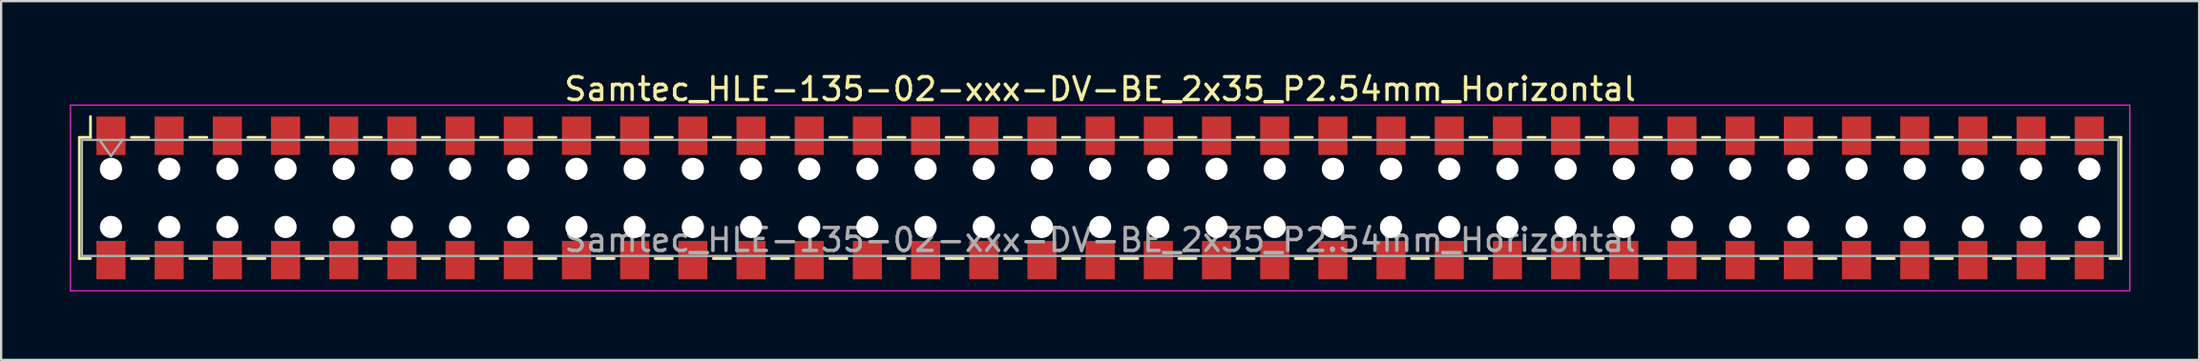
<source format=kicad_pcb>
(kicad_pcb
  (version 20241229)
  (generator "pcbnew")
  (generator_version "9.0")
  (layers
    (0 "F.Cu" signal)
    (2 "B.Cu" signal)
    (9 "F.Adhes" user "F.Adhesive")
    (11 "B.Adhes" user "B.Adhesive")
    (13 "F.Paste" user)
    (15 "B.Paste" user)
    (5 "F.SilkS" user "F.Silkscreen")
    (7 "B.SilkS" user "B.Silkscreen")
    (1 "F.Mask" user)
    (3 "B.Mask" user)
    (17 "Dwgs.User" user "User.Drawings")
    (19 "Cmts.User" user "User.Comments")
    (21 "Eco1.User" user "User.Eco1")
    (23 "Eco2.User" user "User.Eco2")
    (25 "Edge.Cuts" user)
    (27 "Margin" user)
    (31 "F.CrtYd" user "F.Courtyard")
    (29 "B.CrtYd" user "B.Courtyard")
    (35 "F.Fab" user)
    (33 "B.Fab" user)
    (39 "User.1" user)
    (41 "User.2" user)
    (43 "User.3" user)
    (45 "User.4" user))
  (footprint "Samtec_HLE-135-02-xxx-DV-BE_2x35_P2.54mm_Horizontal"
    (layer "F.Cu")
    (at 44.975 5.608)
    (property "Reference" "Samtec_HLE-135-02-xxx-DV-BE_2x35_P2.54mm_Horizontal" (at 0 -4.76 0) (layer "F.SilkS") (effects (font (size 1 1) (thickness 0.15))))
    (attr smd)
    (fp_line (start -44.56 -2.65) (end -44.56 2.65) (stroke (width 0.12) (type solid)) (layer "F.SilkS"))
    (fp_line (start -44.56 2.65) (end -44.075 2.65) (stroke (width 0.12) (type solid)) (layer "F.SilkS"))
    (fp_line (start -44.075 -3.56) (end -44.075 -2.65) (stroke (width 0.12) (type solid)) (layer "F.SilkS"))
    (fp_line (start -44.075 -2.65) (end -44.56 -2.65) (stroke (width 0.12) (type solid)) (layer "F.SilkS"))
    (fp_line (start -42.285 -2.65) (end -41.535 -2.65) (stroke (width 0.12) (type solid)) (layer "F.SilkS"))
    (fp_line (start -42.285 2.65) (end -41.535 2.65) (stroke (width 0.12) (type solid)) (layer "F.SilkS"))
    (fp_line (start -39.745 -2.65) (end -38.995 -2.65) (stroke (width 0.12) (type solid)) (layer "F.SilkS"))
    (fp_line (start -39.745 2.65) (end -38.995 2.65) (stroke (width 0.12) (type solid)) (layer "F.SilkS"))
    (fp_line (start -37.205 -2.65) (end -36.455 -2.65) (stroke (width 0.12) (type solid)) (layer "F.SilkS"))
    (fp_line (start -37.205 2.65) (end -36.455 2.65) (stroke (width 0.12) (type solid)) (layer "F.SilkS"))
    (fp_line (start -34.665 -2.65) (end -33.915 -2.65) (stroke (width 0.12) (type solid)) (layer "F.SilkS"))
    (fp_line (start -34.665 2.65) (end -33.915 2.65) (stroke (width 0.12) (type solid)) (layer "F.SilkS"))
    (fp_line (start -32.125 -2.65) (end -31.375 -2.65) (stroke (width 0.12) (type solid)) (layer "F.SilkS"))
    (fp_line (start -32.125 2.65) (end -31.375 2.65) (stroke (width 0.12) (type solid)) (layer "F.SilkS"))
    (fp_line (start -29.585 -2.65) (end -28.835 -2.65) (stroke (width 0.12) (type solid)) (layer "F.SilkS"))
    (fp_line (start -29.585 2.65) (end -28.835 2.65) (stroke (width 0.12) (type solid)) (layer "F.SilkS"))
    (fp_line (start -27.045 -2.65) (end -26.295 -2.65) (stroke (width 0.12) (type solid)) (layer "F.SilkS"))
    (fp_line (start -27.045 2.65) (end -26.295 2.65) (stroke (width 0.12) (type solid)) (layer "F.SilkS"))
    (fp_line (start -24.505 -2.65) (end -23.755 -2.65) (stroke (width 0.12) (type solid)) (layer "F.SilkS"))
    (fp_line (start -24.505 2.65) (end -23.755 2.65) (stroke (width 0.12) (type solid)) (layer "F.SilkS"))
    (fp_line (start -21.965 -2.65) (end -21.215 -2.65) (stroke (width 0.12) (type solid)) (layer "F.SilkS"))
    (fp_line (start -21.965 2.65) (end -21.215 2.65) (stroke (width 0.12) (type solid)) (layer "F.SilkS"))
    (fp_line (start -19.425 -2.65) (end -18.675 -2.65) (stroke (width 0.12) (type solid)) (layer "F.SilkS"))
    (fp_line (start -19.425 2.65) (end -18.675 2.65) (stroke (width 0.12) (type solid)) (layer "F.SilkS"))
    (fp_line (start -16.885 -2.65) (end -16.135 -2.65) (stroke (width 0.12) (type solid)) (layer "F.SilkS"))
    (fp_line (start -16.885 2.65) (end -16.135 2.65) (stroke (width 0.12) (type solid)) (layer "F.SilkS"))
    (fp_line (start -14.345 -2.65) (end -13.595 -2.65) (stroke (width 0.12) (type solid)) (layer "F.SilkS"))
    (fp_line (start -14.345 2.65) (end -13.595 2.65) (stroke (width 0.12) (type solid)) (layer "F.SilkS"))
    (fp_line (start -11.805 -2.65) (end -11.055 -2.65) (stroke (width 0.12) (type solid)) (layer "F.SilkS"))
    (fp_line (start -11.805 2.65) (end -11.055 2.65) (stroke (width 0.12) (type solid)) (layer "F.SilkS"))
    (fp_line (start -9.265 -2.65) (end -8.515 -2.65) (stroke (width 0.12) (type solid)) (layer "F.SilkS"))
    (fp_line (start -9.265 2.65) (end -8.515 2.65) (stroke (width 0.12) (type solid)) (layer "F.SilkS"))
    (fp_line (start -6.725 -2.65) (end -5.975 -2.65) (stroke (width 0.12) (type solid)) (layer "F.SilkS"))
    (fp_line (start -6.725 2.65) (end -5.975 2.65) (stroke (width 0.12) (type solid)) (layer "F.SilkS"))
    (fp_line (start -4.185 -2.65) (end -3.435 -2.65) (stroke (width 0.12) (type solid)) (layer "F.SilkS"))
    (fp_line (start -4.185 2.65) (end -3.435 2.65) (stroke (width 0.12) (type solid)) (layer "F.SilkS"))
    (fp_line (start -1.645 -2.65) (end -0.895 -2.65) (stroke (width 0.12) (type solid)) (layer "F.SilkS"))
    (fp_line (start -1.645 2.65) (end -0.895 2.65) (stroke (width 0.12) (type solid)) (layer "F.SilkS"))
    (fp_line (start 0.895 -2.65) (end 1.645 -2.65) (stroke (width 0.12) (type solid)) (layer "F.SilkS"))
    (fp_line (start 0.895 2.65) (end 1.645 2.65) (stroke (width 0.12) (type solid)) (layer "F.SilkS"))
    (fp_line (start 3.435 -2.65) (end 4.185 -2.65) (stroke (width 0.12) (type solid)) (layer "F.SilkS"))
    (fp_line (start 3.435 2.65) (end 4.185 2.65) (stroke (width 0.12) (type solid)) (layer "F.SilkS"))
    (fp_line (start 5.975 -2.65) (end 6.725 -2.65) (stroke (width 0.12) (type solid)) (layer "F.SilkS"))
    (fp_line (start 5.975 2.65) (end 6.725 2.65) (stroke (width 0.12) (type solid)) (layer "F.SilkS"))
    (fp_line (start 8.515 -2.65) (end 9.265 -2.65) (stroke (width 0.12) (type solid)) (layer "F.SilkS"))
    (fp_line (start 8.515 2.65) (end 9.265 2.65) (stroke (width 0.12) (type solid)) (layer "F.SilkS"))
    (fp_line (start 11.055 -2.65) (end 11.805 -2.65) (stroke (width 0.12) (type solid)) (layer "F.SilkS"))
    (fp_line (start 11.055 2.65) (end 11.805 2.65) (stroke (width 0.12) (type solid)) (layer "F.SilkS"))
    (fp_line (start 13.595 -2.65) (end 14.345 -2.65) (stroke (width 0.12) (type solid)) (layer "F.SilkS"))
    (fp_line (start 13.595 2.65) (end 14.345 2.65) (stroke (width 0.12) (type solid)) (layer "F.SilkS"))
    (fp_line (start 16.135 -2.65) (end 16.885 -2.65) (stroke (width 0.12) (type solid)) (layer "F.SilkS"))
    (fp_line (start 16.135 2.65) (end 16.885 2.65) (stroke (width 0.12) (type solid)) (layer "F.SilkS"))
    (fp_line (start 18.675 -2.65) (end 19.425 -2.65) (stroke (width 0.12) (type solid)) (layer "F.SilkS"))
    (fp_line (start 18.675 2.65) (end 19.425 2.65) (stroke (width 0.12) (type solid)) (layer "F.SilkS"))
    (fp_line (start 21.215 -2.65) (end 21.965 -2.65) (stroke (width 0.12) (type solid)) (layer "F.SilkS"))
    (fp_line (start 21.215 2.65) (end 21.965 2.65) (stroke (width 0.12) (type solid)) (layer "F.SilkS"))
    (fp_line (start 23.755 -2.65) (end 24.505 -2.65) (stroke (width 0.12) (type solid)) (layer "F.SilkS"))
    (fp_line (start 23.755 2.65) (end 24.505 2.65) (stroke (width 0.12) (type solid)) (layer "F.SilkS"))
    (fp_line (start 26.295 -2.65) (end 27.045 -2.65) (stroke (width 0.12) (type solid)) (layer "F.SilkS"))
    (fp_line (start 26.295 2.65) (end 27.045 2.65) (stroke (width 0.12) (type solid)) (layer "F.SilkS"))
    (fp_line (start 28.835 -2.65) (end 29.585 -2.65) (stroke (width 0.12) (type solid)) (layer "F.SilkS"))
    (fp_line (start 28.835 2.65) (end 29.585 2.65) (stroke (width 0.12) (type solid)) (layer "F.SilkS"))
    (fp_line (start 31.375 -2.65) (end 32.125 -2.65) (stroke (width 0.12) (type solid)) (layer "F.SilkS"))
    (fp_line (start 31.375 2.65) (end 32.125 2.65) (stroke (width 0.12) (type solid)) (layer "F.SilkS"))
    (fp_line (start 33.915 -2.65) (end 34.665 -2.65) (stroke (width 0.12) (type solid)) (layer "F.SilkS"))
    (fp_line (start 33.915 2.65) (end 34.665 2.65) (stroke (width 0.12) (type solid)) (layer "F.SilkS"))
    (fp_line (start 36.455 -2.65) (end 37.205 -2.65) (stroke (width 0.12) (type solid)) (layer "F.SilkS"))
    (fp_line (start 36.455 2.65) (end 37.205 2.65) (stroke (width 0.12) (type solid)) (layer "F.SilkS"))
    (fp_line (start 38.995 -2.65) (end 39.745 -2.65) (stroke (width 0.12) (type solid)) (layer "F.SilkS"))
    (fp_line (start 38.995 2.65) (end 39.745 2.65) (stroke (width 0.12) (type solid)) (layer "F.SilkS"))
    (fp_line (start 41.535 -2.65) (end 42.285 -2.65) (stroke (width 0.12) (type solid)) (layer "F.SilkS"))
    (fp_line (start 41.535 2.65) (end 42.285 2.65) (stroke (width 0.12) (type solid)) (layer "F.SilkS"))
    (fp_line (start 44.075 -2.65) (end 44.56 -2.65) (stroke (width 0.12) (type solid)) (layer "F.SilkS"))
    (fp_line (start 44.56 -2.65) (end 44.56 2.65) (stroke (width 0.12) (type solid)) (layer "F.SilkS"))
    (fp_line (start 44.56 2.65) (end 44.075 2.65) (stroke (width 0.12) (type solid)) (layer "F.SilkS"))
    (fp_line (start -44.95 -4.06) (end 44.95 -4.06) (stroke (width 0.05) (type solid)) (layer "F.CrtYd"))
    (fp_line (start -44.95 4.06) (end -44.95 -4.06) (stroke (width 0.05) (type solid)) (layer "F.CrtYd"))
    (fp_line (start 44.95 -4.06) (end 44.95 4.06) (stroke (width 0.05) (type solid)) (layer "F.CrtYd"))
    (fp_line (start 44.95 4.06) (end -44.95 4.06) (stroke (width 0.05) (type solid)) (layer "F.CrtYd"))
    (fp_line (start -44.45 -2.54) (end 44.45 -2.54) (stroke (width 0.1) (type solid)) (layer "F.Fab"))
    (fp_line (start -44.45 2.54) (end -44.45 -2.54) (stroke (width 0.1) (type solid)) (layer "F.Fab"))
    (fp_line (start -43.68 -2.54) (end -43.18 -1.833) (stroke (width 0.1) (type solid)) (layer "F.Fab"))
    (fp_line (start -43.18 -1.833) (end -42.68 -2.54) (stroke (width 0.1) (type solid)) (layer "F.Fab"))
    (fp_line (start 44.45 -2.54) (end 44.45 2.54) (stroke (width 0.1) (type solid)) (layer "F.Fab"))
    (fp_line (start 44.45 2.54) (end -44.45 2.54) (stroke (width 0.1) (type solid)) (layer "F.Fab"))
    (fp_text user "${REFERENCE}" (at 0 1.84 0) (layer "F.Fab") (effects (font (size 1 1) (thickness 0.15))))
    (pad "" np_thru_hole circle (at -43.18 -1.27) (size 0.97 0.97) (drill 0.97) (layers "*.Cu" "*.Mask"))
    (pad "" np_thru_hole circle (at -43.18 1.27) (size 0.97 0.97) (drill 0.97) (layers "*.Cu" "*.Mask"))
    (pad "" np_thru_hole circle (at -40.64 -1.27) (size 0.97 0.97) (drill 0.97) (layers "*.Cu" "*.Mask"))
    (pad "" np_thru_hole circle (at -40.64 1.27) (size 0.97 0.97) (drill 0.97) (layers "*.Cu" "*.Mask"))
    (pad "" np_thru_hole circle (at -38.1 -1.27) (size 0.97 0.97) (drill 0.97) (layers "*.Cu" "*.Mask"))
    (pad "" np_thru_hole circle (at -38.1 1.27) (size 0.97 0.97) (drill 0.97) (layers "*.Cu" "*.Mask"))
    (pad "" np_thru_hole circle (at -35.56 -1.27) (size 0.97 0.97) (drill 0.97) (layers "*.Cu" "*.Mask"))
    (pad "" np_thru_hole circle (at -35.56 1.27) (size 0.97 0.97) (drill 0.97) (layers "*.Cu" "*.Mask"))
    (pad "" np_thru_hole circle (at -33.02 -1.27) (size 0.97 0.97) (drill 0.97) (layers "*.Cu" "*.Mask"))
    (pad "" np_thru_hole circle (at -33.02 1.27) (size 0.97 0.97) (drill 0.97) (layers "*.Cu" "*.Mask"))
    (pad "" np_thru_hole circle (at -30.48 -1.27) (size 0.97 0.97) (drill 0.97) (layers "*.Cu" "*.Mask"))
    (pad "" np_thru_hole circle (at -30.48 1.27) (size 0.97 0.97) (drill 0.97) (layers "*.Cu" "*.Mask"))
    (pad "" np_thru_hole circle (at -27.94 -1.27) (size 0.97 0.97) (drill 0.97) (layers "*.Cu" "*.Mask"))
    (pad "" np_thru_hole circle (at -27.94 1.27) (size 0.97 0.97) (drill 0.97) (layers "*.Cu" "*.Mask"))
    (pad "" np_thru_hole circle (at -25.4 -1.27) (size 0.97 0.97) (drill 0.97) (layers "*.Cu" "*.Mask"))
    (pad "" np_thru_hole circle (at -25.4 1.27) (size 0.97 0.97) (drill 0.97) (layers "*.Cu" "*.Mask"))
    (pad "" np_thru_hole circle (at -22.86 -1.27) (size 0.97 0.97) (drill 0.97) (layers "*.Cu" "*.Mask"))
    (pad "" np_thru_hole circle (at -22.86 1.27) (size 0.97 0.97) (drill 0.97) (layers "*.Cu" "*.Mask"))
    (pad "" np_thru_hole circle (at -20.32 -1.27) (size 0.97 0.97) (drill 0.97) (layers "*.Cu" "*.Mask"))
    (pad "" np_thru_hole circle (at -20.32 1.27) (size 0.97 0.97) (drill 0.97) (layers "*.Cu" "*.Mask"))
    (pad "" np_thru_hole circle (at -17.78 -1.27) (size 0.97 0.97) (drill 0.97) (layers "*.Cu" "*.Mask"))
    (pad "" np_thru_hole circle (at -17.78 1.27) (size 0.97 0.97) (drill 0.97) (layers "*.Cu" "*.Mask"))
    (pad "" np_thru_hole circle (at -15.24 -1.27) (size 0.97 0.97) (drill 0.97) (layers "*.Cu" "*.Mask"))
    (pad "" np_thru_hole circle (at -15.24 1.27) (size 0.97 0.97) (drill 0.97) (layers "*.Cu" "*.Mask"))
    (pad "" np_thru_hole circle (at -12.7 -1.27) (size 0.97 0.97) (drill 0.97) (layers "*.Cu" "*.Mask"))
    (pad "" np_thru_hole circle (at -12.7 1.27) (size 0.97 0.97) (drill 0.97) (layers "*.Cu" "*.Mask"))
    (pad "" np_thru_hole circle (at -10.16 -1.27) (size 0.97 0.97) (drill 0.97) (layers "*.Cu" "*.Mask"))
    (pad "" np_thru_hole circle (at -10.16 1.27) (size 0.97 0.97) (drill 0.97) (layers "*.Cu" "*.Mask"))
    (pad "" np_thru_hole circle (at -7.62 -1.27) (size 0.97 0.97) (drill 0.97) (layers "*.Cu" "*.Mask"))
    (pad "" np_thru_hole circle (at -7.62 1.27) (size 0.97 0.97) (drill 0.97) (layers "*.Cu" "*.Mask"))
    (pad "" np_thru_hole circle (at -5.08 -1.27) (size 0.97 0.97) (drill 0.97) (layers "*.Cu" "*.Mask"))
    (pad "" np_thru_hole circle (at -5.08 1.27) (size 0.97 0.97) (drill 0.97) (layers "*.Cu" "*.Mask"))
    (pad "" np_thru_hole circle (at -2.54 -1.27) (size 0.97 0.97) (drill 0.97) (layers "*.Cu" "*.Mask"))
    (pad "" np_thru_hole circle (at -2.54 1.27) (size 0.97 0.97) (drill 0.97) (layers "*.Cu" "*.Mask"))
    (pad "" np_thru_hole circle (at 0 -1.27) (size 0.97 0.97) (drill 0.97) (layers "*.Cu" "*.Mask"))
    (pad "" np_thru_hole circle (at 0 1.27) (size 0.97 0.97) (drill 0.97) (layers "*.Cu" "*.Mask"))
    (pad "" np_thru_hole circle (at 2.54 -1.27) (size 0.97 0.97) (drill 0.97) (layers "*.Cu" "*.Mask"))
    (pad "" np_thru_hole circle (at 2.54 1.27) (size 0.97 0.97) (drill 0.97) (layers "*.Cu" "*.Mask"))
    (pad "" np_thru_hole circle (at 5.08 -1.27) (size 0.97 0.97) (drill 0.97) (layers "*.Cu" "*.Mask"))
    (pad "" np_thru_hole circle (at 5.08 1.27) (size 0.97 0.97) (drill 0.97) (layers "*.Cu" "*.Mask"))
    (pad "" np_thru_hole circle (at 7.62 -1.27) (size 0.97 0.97) (drill 0.97) (layers "*.Cu" "*.Mask"))
    (pad "" np_thru_hole circle (at 7.62 1.27) (size 0.97 0.97) (drill 0.97) (layers "*.Cu" "*.Mask"))
    (pad "" np_thru_hole circle (at 10.16 -1.27) (size 0.97 0.97) (drill 0.97) (layers "*.Cu" "*.Mask"))
    (pad "" np_thru_hole circle (at 10.16 1.27) (size 0.97 0.97) (drill 0.97) (layers "*.Cu" "*.Mask"))
    (pad "" np_thru_hole circle (at 12.7 -1.27) (size 0.97 0.97) (drill 0.97) (layers "*.Cu" "*.Mask"))
    (pad "" np_thru_hole circle (at 12.7 1.27) (size 0.97 0.97) (drill 0.97) (layers "*.Cu" "*.Mask"))
    (pad "" np_thru_hole circle (at 15.24 -1.27) (size 0.97 0.97) (drill 0.97) (layers "*.Cu" "*.Mask"))
    (pad "" np_thru_hole circle (at 15.24 1.27) (size 0.97 0.97) (drill 0.97) (layers "*.Cu" "*.Mask"))
    (pad "" np_thru_hole circle (at 17.78 -1.27) (size 0.97 0.97) (drill 0.97) (layers "*.Cu" "*.Mask"))
    (pad "" np_thru_hole circle (at 17.78 1.27) (size 0.97 0.97) (drill 0.97) (layers "*.Cu" "*.Mask"))
    (pad "" np_thru_hole circle (at 20.32 -1.27) (size 0.97 0.97) (drill 0.97) (layers "*.Cu" "*.Mask"))
    (pad "" np_thru_hole circle (at 20.32 1.27) (size 0.97 0.97) (drill 0.97) (layers "*.Cu" "*.Mask"))
    (pad "" np_thru_hole circle (at 22.86 -1.27) (size 0.97 0.97) (drill 0.97) (layers "*.Cu" "*.Mask"))
    (pad "" np_thru_hole circle (at 22.86 1.27) (size 0.97 0.97) (drill 0.97) (layers "*.Cu" "*.Mask"))
    (pad "" np_thru_hole circle (at 25.4 -1.27) (size 0.97 0.97) (drill 0.97) (layers "*.Cu" "*.Mask"))
    (pad "" np_thru_hole circle (at 25.4 1.27) (size 0.97 0.97) (drill 0.97) (layers "*.Cu" "*.Mask"))
    (pad "" np_thru_hole circle (at 27.94 -1.27) (size 0.97 0.97) (drill 0.97) (layers "*.Cu" "*.Mask"))
    (pad "" np_thru_hole circle (at 27.94 1.27) (size 0.97 0.97) (drill 0.97) (layers "*.Cu" "*.Mask"))
    (pad "" np_thru_hole circle (at 30.48 -1.27) (size 0.97 0.97) (drill 0.97) (layers "*.Cu" "*.Mask"))
    (pad "" np_thru_hole circle (at 30.48 1.27) (size 0.97 0.97) (drill 0.97) (layers "*.Cu" "*.Mask"))
    (pad "" np_thru_hole circle (at 33.02 -1.27) (size 0.97 0.97) (drill 0.97) (layers "*.Cu" "*.Mask"))
    (pad "" np_thru_hole circle (at 33.02 1.27) (size 0.97 0.97) (drill 0.97) (layers "*.Cu" "*.Mask"))
    (pad "" np_thru_hole circle (at 35.56 -1.27) (size 0.97 0.97) (drill 0.97) (layers "*.Cu" "*.Mask"))
    (pad "" np_thru_hole circle (at 35.56 1.27) (size 0.97 0.97) (drill 0.97) (layers "*.Cu" "*.Mask"))
    (pad "" np_thru_hole circle (at 38.1 -1.27) (size 0.97 0.97) (drill 0.97) (layers "*.Cu" "*.Mask"))
    (pad "" np_thru_hole circle (at 38.1 1.27) (size 0.97 0.97) (drill 0.97) (layers "*.Cu" "*.Mask"))
    (pad "" np_thru_hole circle (at 40.64 -1.27) (size 0.97 0.97) (drill 0.97) (layers "*.Cu" "*.Mask"))
    (pad "" np_thru_hole circle (at 40.64 1.27) (size 0.97 0.97) (drill 0.97) (layers "*.Cu" "*.Mask"))
    (pad "" np_thru_hole circle (at 43.18 -1.27) (size 0.97 0.97) (drill 0.97) (layers "*.Cu" "*.Mask"))
    (pad "" np_thru_hole circle (at 43.18 1.27) (size 0.97 0.97) (drill 0.97) (layers "*.Cu" "*.Mask"))
    (pad "1" smd rect (at -43.18 -2.72) (size 1.27 1.68) (layers "F.Cu" "F.Mask" "F.Paste"))
    (pad "2" smd rect (at -43.18 2.72) (size 1.27 1.68) (layers "F.Cu" "F.Mask" "F.Paste"))
    (pad "3" smd rect (at -40.64 -2.72) (size 1.27 1.68) (layers "F.Cu" "F.Mask" "F.Paste"))
    (pad "4" smd rect (at -40.64 2.72) (size 1.27 1.68) (layers "F.Cu" "F.Mask" "F.Paste"))
    (pad "5" smd rect (at -38.1 -2.72) (size 1.27 1.68) (layers "F.Cu" "F.Mask" "F.Paste"))
    (pad "6" smd rect (at -38.1 2.72) (size 1.27 1.68) (layers "F.Cu" "F.Mask" "F.Paste"))
    (pad "7" smd rect (at -35.56 -2.72) (size 1.27 1.68) (layers "F.Cu" "F.Mask" "F.Paste"))
    (pad "8" smd rect (at -35.56 2.72) (size 1.27 1.68) (layers "F.Cu" "F.Mask" "F.Paste"))
    (pad "9" smd rect (at -33.02 -2.72) (size 1.27 1.68) (layers "F.Cu" "F.Mask" "F.Paste"))
    (pad "10" smd rect (at -33.02 2.72) (size 1.27 1.68) (layers "F.Cu" "F.Mask" "F.Paste"))
    (pad "11" smd rect (at -30.48 -2.72) (size 1.27 1.68) (layers "F.Cu" "F.Mask" "F.Paste"))
    (pad "12" smd rect (at -30.48 2.72) (size 1.27 1.68) (layers "F.Cu" "F.Mask" "F.Paste"))
    (pad "13" smd rect (at -27.94 -2.72) (size 1.27 1.68) (layers "F.Cu" "F.Mask" "F.Paste"))
    (pad "14" smd rect (at -27.94 2.72) (size 1.27 1.68) (layers "F.Cu" "F.Mask" "F.Paste"))
    (pad "15" smd rect (at -25.4 -2.72) (size 1.27 1.68) (layers "F.Cu" "F.Mask" "F.Paste"))
    (pad "16" smd rect (at -25.4 2.72) (size 1.27 1.68) (layers "F.Cu" "F.Mask" "F.Paste"))
    (pad "17" smd rect (at -22.86 -2.72) (size 1.27 1.68) (layers "F.Cu" "F.Mask" "F.Paste"))
    (pad "18" smd rect (at -22.86 2.72) (size 1.27 1.68) (layers "F.Cu" "F.Mask" "F.Paste"))
    (pad "19" smd rect (at -20.32 -2.72) (size 1.27 1.68) (layers "F.Cu" "F.Mask" "F.Paste"))
    (pad "20" smd rect (at -20.32 2.72) (size 1.27 1.68) (layers "F.Cu" "F.Mask" "F.Paste"))
    (pad "21" smd rect (at -17.78 -2.72) (size 1.27 1.68) (layers "F.Cu" "F.Mask" "F.Paste"))
    (pad "22" smd rect (at -17.78 2.72) (size 1.27 1.68) (layers "F.Cu" "F.Mask" "F.Paste"))
    (pad "23" smd rect (at -15.24 -2.72) (size 1.27 1.68) (layers "F.Cu" "F.Mask" "F.Paste"))
    (pad "24" smd rect (at -15.24 2.72) (size 1.27 1.68) (layers "F.Cu" "F.Mask" "F.Paste"))
    (pad "25" smd rect (at -12.7 -2.72) (size 1.27 1.68) (layers "F.Cu" "F.Mask" "F.Paste"))
    (pad "26" smd rect (at -12.7 2.72) (size 1.27 1.68) (layers "F.Cu" "F.Mask" "F.Paste"))
    (pad "27" smd rect (at -10.16 -2.72) (size 1.27 1.68) (layers "F.Cu" "F.Mask" "F.Paste"))
    (pad "28" smd rect (at -10.16 2.72) (size 1.27 1.68) (layers "F.Cu" "F.Mask" "F.Paste"))
    (pad "29" smd rect (at -7.62 -2.72) (size 1.27 1.68) (layers "F.Cu" "F.Mask" "F.Paste"))
    (pad "30" smd rect (at -7.62 2.72) (size 1.27 1.68) (layers "F.Cu" "F.Mask" "F.Paste"))
    (pad "31" smd rect (at -5.08 -2.72) (size 1.27 1.68) (layers "F.Cu" "F.Mask" "F.Paste"))
    (pad "32" smd rect (at -5.08 2.72) (size 1.27 1.68) (layers "F.Cu" "F.Mask" "F.Paste"))
    (pad "33" smd rect (at -2.54 -2.72) (size 1.27 1.68) (layers "F.Cu" "F.Mask" "F.Paste"))
    (pad "34" smd rect (at -2.54 2.72) (size 1.27 1.68) (layers "F.Cu" "F.Mask" "F.Paste"))
    (pad "35" smd rect (at 0 -2.72) (size 1.27 1.68) (layers "F.Cu" "F.Mask" "F.Paste"))
    (pad "36" smd rect (at 0 2.72) (size 1.27 1.68) (layers "F.Cu" "F.Mask" "F.Paste"))
    (pad "37" smd rect (at 2.54 -2.72) (size 1.27 1.68) (layers "F.Cu" "F.Mask" "F.Paste"))
    (pad "38" smd rect (at 2.54 2.72) (size 1.27 1.68) (layers "F.Cu" "F.Mask" "F.Paste"))
    (pad "39" smd rect (at 5.08 -2.72) (size 1.27 1.68) (layers "F.Cu" "F.Mask" "F.Paste"))
    (pad "40" smd rect (at 5.08 2.72) (size 1.27 1.68) (layers "F.Cu" "F.Mask" "F.Paste"))
    (pad "41" smd rect (at 7.62 -2.72) (size 1.27 1.68) (layers "F.Cu" "F.Mask" "F.Paste"))
    (pad "42" smd rect (at 7.62 2.72) (size 1.27 1.68) (layers "F.Cu" "F.Mask" "F.Paste"))
    (pad "43" smd rect (at 10.16 -2.72) (size 1.27 1.68) (layers "F.Cu" "F.Mask" "F.Paste"))
    (pad "44" smd rect (at 10.16 2.72) (size 1.27 1.68) (layers "F.Cu" "F.Mask" "F.Paste"))
    (pad "45" smd rect (at 12.7 -2.72) (size 1.27 1.68) (layers "F.Cu" "F.Mask" "F.Paste"))
    (pad "46" smd rect (at 12.7 2.72) (size 1.27 1.68) (layers "F.Cu" "F.Mask" "F.Paste"))
    (pad "47" smd rect (at 15.24 -2.72) (size 1.27 1.68) (layers "F.Cu" "F.Mask" "F.Paste"))
    (pad "48" smd rect (at 15.24 2.72) (size 1.27 1.68) (layers "F.Cu" "F.Mask" "F.Paste"))
    (pad "49" smd rect (at 17.78 -2.72) (size 1.27 1.68) (layers "F.Cu" "F.Mask" "F.Paste"))
    (pad "50" smd rect (at 17.78 2.72) (size 1.27 1.68) (layers "F.Cu" "F.Mask" "F.Paste"))
    (pad "51" smd rect (at 20.32 -2.72) (size 1.27 1.68) (layers "F.Cu" "F.Mask" "F.Paste"))
    (pad "52" smd rect (at 20.32 2.72) (size 1.27 1.68) (layers "F.Cu" "F.Mask" "F.Paste"))
    (pad "53" smd rect (at 22.86 -2.72) (size 1.27 1.68) (layers "F.Cu" "F.Mask" "F.Paste"))
    (pad "54" smd rect (at 22.86 2.72) (size 1.27 1.68) (layers "F.Cu" "F.Mask" "F.Paste"))
    (pad "55" smd rect (at 25.4 -2.72) (size 1.27 1.68) (layers "F.Cu" "F.Mask" "F.Paste"))
    (pad "56" smd rect (at 25.4 2.72) (size 1.27 1.68) (layers "F.Cu" "F.Mask" "F.Paste"))
    (pad "57" smd rect (at 27.94 -2.72) (size 1.27 1.68) (layers "F.Cu" "F.Mask" "F.Paste"))
    (pad "58" smd rect (at 27.94 2.72) (size 1.27 1.68) (layers "F.Cu" "F.Mask" "F.Paste"))
    (pad "59" smd rect (at 30.48 -2.72) (size 1.27 1.68) (layers "F.Cu" "F.Mask" "F.Paste"))
    (pad "60" smd rect (at 30.48 2.72) (size 1.27 1.68) (layers "F.Cu" "F.Mask" "F.Paste"))
    (pad "61" smd rect (at 33.02 -2.72) (size 1.27 1.68) (layers "F.Cu" "F.Mask" "F.Paste"))
    (pad "62" smd rect (at 33.02 2.72) (size 1.27 1.68) (layers "F.Cu" "F.Mask" "F.Paste"))
    (pad "63" smd rect (at 35.56 -2.72) (size 1.27 1.68) (layers "F.Cu" "F.Mask" "F.Paste"))
    (pad "64" smd rect (at 35.56 2.72) (size 1.27 1.68) (layers "F.Cu" "F.Mask" "F.Paste"))
    (pad "65" smd rect (at 38.1 -2.72) (size 1.27 1.68) (layers "F.Cu" "F.Mask" "F.Paste"))
    (pad "66" smd rect (at 38.1 2.72) (size 1.27 1.68) (layers "F.Cu" "F.Mask" "F.Paste"))
    (pad "67" smd rect (at 40.64 -2.72) (size 1.27 1.68) (layers "F.Cu" "F.Mask" "F.Paste"))
    (pad "68" smd rect (at 40.64 2.72) (size 1.27 1.68) (layers "F.Cu" "F.Mask" "F.Paste"))
    (pad "69" smd rect (at 43.18 -2.72) (size 1.27 1.68) (layers "F.Cu" "F.Mask" "F.Paste"))
    (pad "70" smd rect (at 43.18 2.72) (size 1.27 1.68) (layers "F.Cu" "F.Mask" "F.Paste")))
  (gr_rect
    (start -3 -3)
    (end 92.95 12.693)
    (stroke (width 0.1) (type default))
    (fill no)
    (layer "Edge.Cuts")))
</source>
